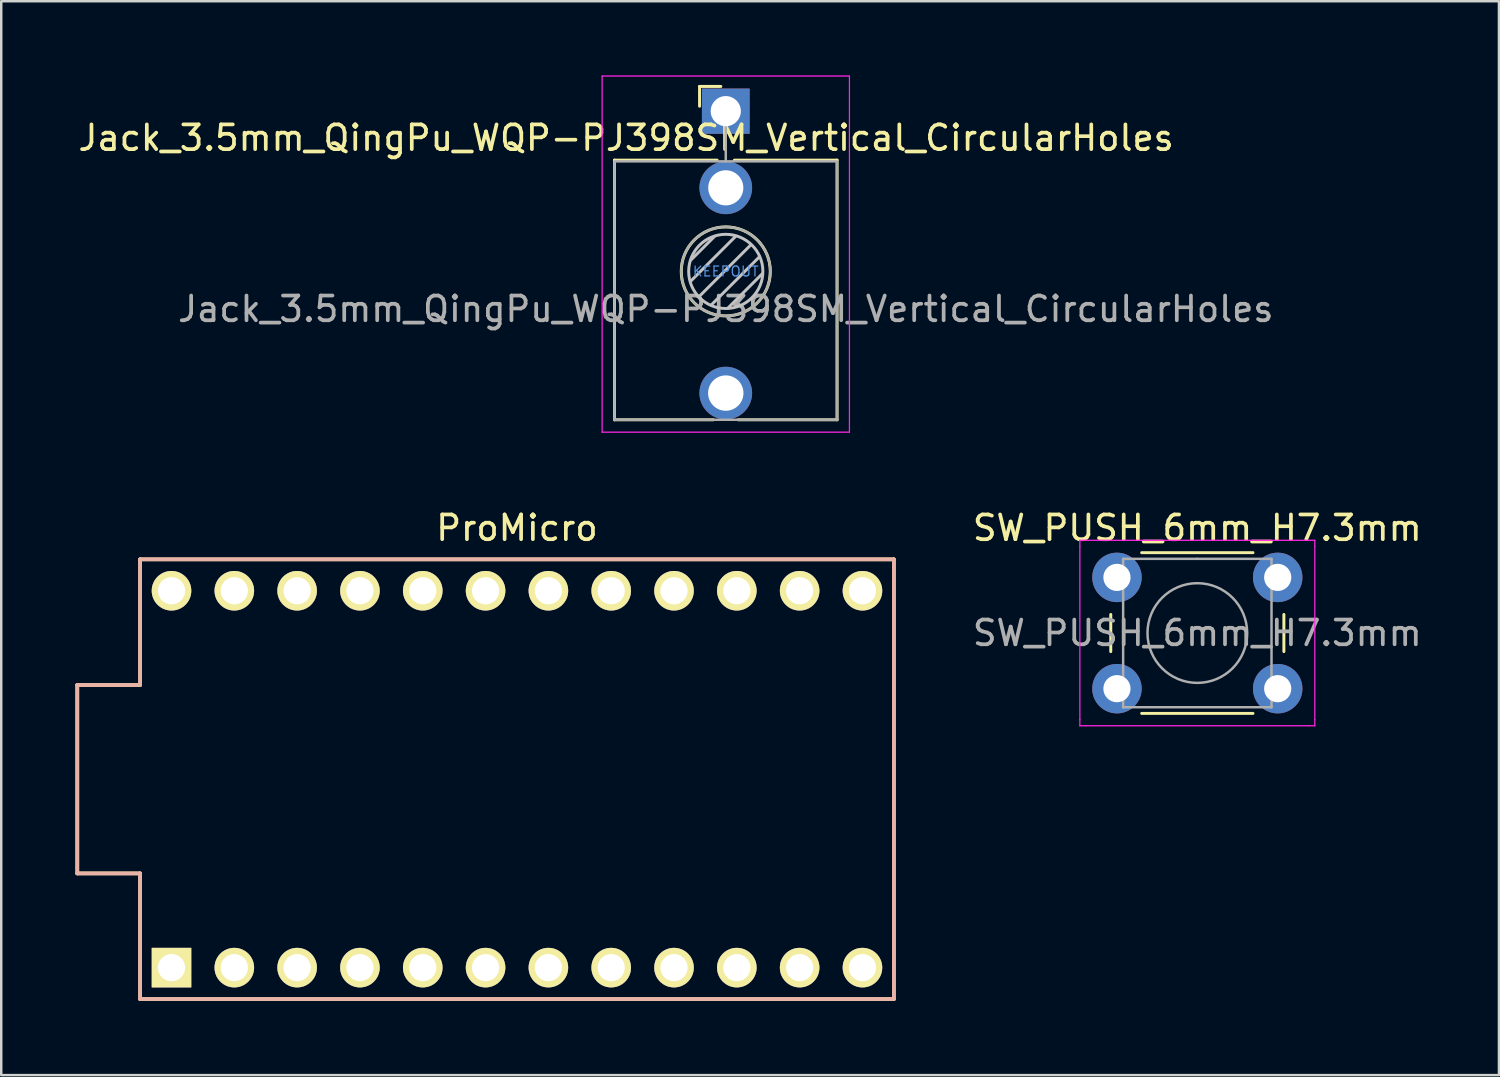
<source format=kicad_pcb>
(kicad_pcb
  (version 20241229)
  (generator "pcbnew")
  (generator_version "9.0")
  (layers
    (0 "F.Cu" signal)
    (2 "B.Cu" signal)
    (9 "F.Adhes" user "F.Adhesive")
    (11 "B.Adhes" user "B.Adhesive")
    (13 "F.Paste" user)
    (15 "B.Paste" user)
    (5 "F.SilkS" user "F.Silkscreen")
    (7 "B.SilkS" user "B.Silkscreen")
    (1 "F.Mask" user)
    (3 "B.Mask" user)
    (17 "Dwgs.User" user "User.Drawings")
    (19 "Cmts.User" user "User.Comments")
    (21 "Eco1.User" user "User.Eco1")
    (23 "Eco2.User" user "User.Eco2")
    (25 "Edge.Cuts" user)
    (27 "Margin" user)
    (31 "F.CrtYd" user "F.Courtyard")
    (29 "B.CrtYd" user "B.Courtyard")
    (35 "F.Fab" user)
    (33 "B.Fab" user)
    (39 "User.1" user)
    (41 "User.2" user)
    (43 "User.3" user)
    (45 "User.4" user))
  (footprint "ProMicro"
    (layer "F.Cu")
    (at 17.855 28.458)
    (property "Reference" "ProMicro" (at 0 -10.16 0) (layer "F.SilkS") (effects (font (size 1 1) (thickness 0.15))))
    (attr through_hole)
    (fp_line (start -17.78 -3.81) (end -15.24 -3.81) (stroke (width 0.15) (type solid)) (layer "F.SilkS"))
    (fp_line (start -17.78 3.81) (end -17.78 -3.81) (stroke (width 0.15) (type solid)) (layer "F.SilkS"))
    (fp_line (start -15.24 -8.89) (end 15.24 -8.89) (stroke (width 0.15) (type solid)) (layer "F.SilkS"))
    (fp_line (start -15.24 -3.81) (end -15.24 -8.89) (stroke (width 0.15) (type solid)) (layer "F.SilkS"))
    (fp_line (start -15.24 3.81) (end -17.78 3.81) (stroke (width 0.15) (type solid)) (layer "F.SilkS"))
    (fp_line (start -15.24 8.89) (end -15.24 3.81) (stroke (width 0.15) (type solid)) (layer "F.SilkS"))
    (fp_line (start -15.24 8.89) (end 15.24 8.89) (stroke (width 0.15) (type solid)) (layer "F.SilkS"))
    (fp_line (start 15.24 -8.89) (end 15.24 8.89) (stroke (width 0.15) (type solid)) (layer "F.SilkS"))
    (fp_line (start -17.78 -3.81) (end -15.24 -3.81) (stroke (width 0.15) (type solid)) (layer "B.SilkS"))
    (fp_line (start -17.78 3.81) (end -17.78 -3.81) (stroke (width 0.15) (type solid)) (layer "B.SilkS"))
    (fp_line (start -15.24 -8.89) (end 15.24 -8.89) (stroke (width 0.15) (type solid)) (layer "B.SilkS"))
    (fp_line (start -15.24 -3.81) (end -15.24 -8.89) (stroke (width 0.15) (type solid)) (layer "B.SilkS"))
    (fp_line (start -15.24 3.81) (end -17.78 3.81) (stroke (width 0.15) (type solid)) (layer "B.SilkS"))
    (fp_line (start -15.24 8.89) (end -15.24 3.81) (stroke (width 0.15) (type solid)) (layer "B.SilkS"))
    (fp_line (start 15.24 -8.89) (end 15.24 8.89) (stroke (width 0.15) (type solid)) (layer "B.SilkS"))
    (fp_line (start 15.24 8.89) (end -15.24 8.89) (stroke (width 0.15) (type solid)) (layer "B.SilkS"))
    (pad "1" thru_hole rect (at -13.97 7.62) (size 1.6 1.6) (drill 1.1) (layers "*.Cu" "*.Mask" "F.SilkS"))
    (pad "2" thru_hole circle (at -11.43 7.62) (size 1.6 1.6) (drill 1.1) (layers "*.Cu" "*.Mask" "F.SilkS"))
    (pad "3" thru_hole circle (at -8.89 7.62) (size 1.6 1.6) (drill 1.1) (layers "*.Cu" "*.Mask" "F.SilkS"))
    (pad "4" thru_hole circle (at -6.35 7.62) (size 1.6 1.6) (drill 1.1) (layers "*.Cu" "*.Mask" "F.SilkS"))
    (pad "5" thru_hole circle (at -3.81 7.62) (size 1.6 1.6) (drill 1.1) (layers "*.Cu" "*.Mask" "F.SilkS"))
    (pad "6" thru_hole circle (at -1.27 7.62) (size 1.6 1.6) (drill 1.1) (layers "*.Cu" "*.Mask" "F.SilkS"))
    (pad "7" thru_hole circle (at 1.27 7.62) (size 1.6 1.6) (drill 1.1) (layers "*.Cu" "*.Mask" "F.SilkS"))
    (pad "8" thru_hole circle (at 3.81 7.62) (size 1.6 1.6) (drill 1.1) (layers "*.Cu" "*.Mask" "F.SilkS"))
    (pad "9" thru_hole circle (at 6.35 7.62) (size 1.6 1.6) (drill 1.1) (layers "*.Cu" "*.Mask" "F.SilkS"))
    (pad "10" thru_hole circle (at 8.89 7.62) (size 1.6 1.6) (drill 1.1) (layers "*.Cu" "*.Mask" "F.SilkS"))
    (pad "11" thru_hole circle (at 11.43 7.62) (size 1.6 1.6) (drill 1.1) (layers "*.Cu" "*.Mask" "F.SilkS"))
    (pad "12" thru_hole circle (at 13.97 7.62) (size 1.6 1.6) (drill 1.1) (layers "*.Cu" "*.Mask" "F.SilkS"))
    (pad "13" thru_hole circle (at 13.97 -7.62) (size 1.6 1.6) (drill 1.1) (layers "*.Cu" "*.Mask" "F.SilkS"))
    (pad "14" thru_hole circle (at 11.43 -7.62) (size 1.6 1.6) (drill 1.1) (layers "*.Cu" "*.Mask" "F.SilkS"))
    (pad "15" thru_hole circle (at 8.89 -7.62) (size 1.6 1.6) (drill 1.1) (layers "*.Cu" "*.Mask" "F.SilkS"))
    (pad "16" thru_hole circle (at 6.35 -7.62) (size 1.6 1.6) (drill 1.1) (layers "*.Cu" "*.Mask" "F.SilkS"))
    (pad "17" thru_hole circle (at 3.81 -7.62) (size 1.6 1.6) (drill 1.1) (layers "*.Cu" "*.Mask" "F.SilkS"))
    (pad "18" thru_hole circle (at 1.27 -7.62) (size 1.6 1.6) (drill 1.1) (layers "*.Cu" "*.Mask" "F.SilkS"))
    (pad "19" thru_hole circle (at -1.27 -7.62) (size 1.6 1.6) (drill 1.1) (layers "*.Cu" "*.Mask" "F.SilkS"))
    (pad "20" thru_hole circle (at -3.81 -7.62) (size 1.6 1.6) (drill 1.1) (layers "*.Cu" "*.Mask" "F.SilkS"))
    (pad "21" thru_hole circle (at -6.35 -7.62) (size 1.6 1.6) (drill 1.1) (layers "*.Cu" "*.Mask" "F.SilkS"))
    (pad "22" thru_hole circle (at -8.89 -7.62) (size 1.6 1.6) (drill 1.1) (layers "*.Cu" "*.Mask" "F.SilkS"))
    (pad "23" thru_hole circle (at -11.43 -7.62) (size 1.6 1.6) (drill 1.1) (layers "*.Cu" "*.Mask" "F.SilkS"))
    (pad "24" thru_hole circle (at -13.97 -7.62) (size 1.6 1.6) (drill 1.1) (layers "*.Cu" "*.Mask" "F.SilkS")))
  (footprint "SW_PUSH_6mm_H7.3mm"
    (layer "F.Cu")
    (at 42.116 20.298)
    (property "Reference" "SW_PUSH_6mm_H7.3mm" (at 3.25 -2 0) (layer "F.SilkS") (effects (font (size 1 1) (thickness 0.15))))
    (attr through_hole)
    (fp_line (start -0.25 1.5) (end -0.25 3) (stroke (width 0.12) (type solid)) (layer "F.SilkS"))
    (fp_line (start 1 5.5) (end 5.5 5.5) (stroke (width 0.12) (type solid)) (layer "F.SilkS"))
    (fp_line (start 5.5 -1) (end 1 -1) (stroke (width 0.12) (type solid)) (layer "F.SilkS"))
    (fp_line (start 6.75 3) (end 6.75 1.5) (stroke (width 0.12) (type solid)) (layer "F.SilkS"))
    (fp_line (start -1.5 -1.5) (end -1.25 -1.5) (stroke (width 0.05) (type solid)) (layer "F.CrtYd"))
    (fp_line (start -1.5 -1.25) (end -1.5 -1.5) (stroke (width 0.05) (type solid)) (layer "F.CrtYd"))
    (fp_line (start -1.5 5.75) (end -1.5 -1.25) (stroke (width 0.05) (type solid)) (layer "F.CrtYd"))
    (fp_line (start -1.5 5.75) (end -1.5 6) (stroke (width 0.05) (type solid)) (layer "F.CrtYd"))
    (fp_line (start -1.5 6) (end -1.25 6) (stroke (width 0.05) (type solid)) (layer "F.CrtYd"))
    (fp_line (start -1.25 -1.5) (end 7.75 -1.5) (stroke (width 0.05) (type solid)) (layer "F.CrtYd"))
    (fp_line (start 7.75 -1.5) (end 8 -1.5) (stroke (width 0.05) (type solid)) (layer "F.CrtYd"))
    (fp_line (start 7.75 6) (end -1.25 6) (stroke (width 0.05) (type solid)) (layer "F.CrtYd"))
    (fp_line (start 7.75 6) (end 8 6) (stroke (width 0.05) (type solid)) (layer "F.CrtYd"))
    (fp_line (start 8 -1.5) (end 8 -1.25) (stroke (width 0.05) (type solid)) (layer "F.CrtYd"))
    (fp_line (start 8 -1.25) (end 8 5.75) (stroke (width 0.05) (type solid)) (layer "F.CrtYd"))
    (fp_line (start 8 6) (end 8 5.75) (stroke (width 0.05) (type solid)) (layer "F.CrtYd"))
    (fp_line (start 0.25 -0.75) (end 3.25 -0.75) (stroke (width 0.1) (type solid)) (layer "F.Fab"))
    (fp_line (start 0.25 5.25) (end 0.25 -0.75) (stroke (width 0.1) (type solid)) (layer "F.Fab"))
    (fp_line (start 3.25 -0.75) (end 6.25 -0.75) (stroke (width 0.1) (type solid)) (layer "F.Fab"))
    (fp_line (start 6.25 -0.75) (end 6.25 5.25) (stroke (width 0.1) (type solid)) (layer "F.Fab"))
    (fp_line (start 6.25 5.25) (end 0.25 5.25) (stroke (width 0.1) (type solid)) (layer "F.Fab"))
    (fp_circle (center 3.25 2.25) (end 1.25 2.5) (stroke (width 0.1) (type solid)) (fill no) (layer "F.Fab"))
    (fp_text user "${REFERENCE}" (at 3.25 2.25 0) (layer "F.Fab") (effects (font (size 1 1) (thickness 0.15))))
    (pad "1" thru_hole circle (at 0 0 90) (size 2 2) (drill 1.1) (layers "*.Cu" "*.Mask"))
    (pad "1" thru_hole circle (at 6.5 0 90) (size 2 2) (drill 1.1) (layers "*.Cu" "*.Mask"))
    (pad "2" thru_hole circle (at 0 4.5 90) (size 2 2) (drill 1.1) (layers "*.Cu" "*.Mask"))
    (pad "2" thru_hole circle (at 6.5 4.5 90) (size 2 2) (drill 1.1) (layers "*.Cu" "*.Mask")))
  (footprint "Jack_3.5mm_QingPu_WQP-PJ398SM_Vertical_CircularHoles"
    (layer "F.Cu")
    (at 26.298 1.445)
    (property "Reference" "Jack_3.5mm_QingPu_WQP-PJ398SM_Vertical_CircularHoles" (at -4.03 1.08 180) (layer "F.SilkS") (effects (font (size 1 1) (thickness 0.15))))
    (attr through_hole)
    (fp_line (start -4.5 1.98) (end -4.5 12.48) (stroke (width 0.12) (type solid)) (layer "F.SilkS"))
    (fp_line (start -1.06 -1) (end -1.06 -0.2) (stroke (width 0.12) (type solid)) (layer "F.SilkS"))
    (fp_line (start -1.06 -1) (end -0.2 -1) (stroke (width 0.12) (type solid)) (layer "F.SilkS"))
    (fp_line (start -0.5 12.48) (end -4.5 12.48) (stroke (width 0.12) (type solid)) (layer "F.SilkS"))
    (fp_line (start -0.35 1.98) (end -4.5 1.98) (stroke (width 0.12) (type solid)) (layer "F.SilkS"))
    (fp_line (start 4.5 1.98) (end 0.35 1.98) (stroke (width 0.12) (type solid)) (layer "F.SilkS"))
    (fp_line (start 4.5 1.98) (end 4.5 12.48) (stroke (width 0.12) (type solid)) (layer "F.SilkS"))
    (fp_line (start 4.5 12.48) (end 0.5 12.48) (stroke (width 0.12) (type solid)) (layer "F.SilkS"))
    (fp_circle (center 0 6.48) (end 1.8 6.48) (stroke (width 0.12) (type solid)) (fill no) (layer "F.SilkS"))
    (fp_line (start -1.42 6.875) (end 0.4 5.06) (stroke (width 0.12) (type solid)) (layer "Dwgs.User"))
    (fp_line (start -1.41 6.02) (end -0.46 5.07) (stroke (width 0.12) (type solid)) (layer "Dwgs.User"))
    (fp_line (start -1.07 7.49) (end 1.01 5.41) (stroke (width 0.12) (type solid)) (layer "Dwgs.User"))
    (fp_line (start -0.58 7.83) (end 1.36 5.89) (stroke (width 0.12) (type solid)) (layer "Dwgs.User"))
    (fp_line (start 0.09 7.96) (end 1.48 6.57) (stroke (width 0.12) (type solid)) (layer "Dwgs.User"))
    (fp_circle (center 0 6.48) (end 1.5 6.48) (stroke (width 0.12) (type solid)) (fill no) (layer "Dwgs.User"))
    (fp_line (start -5 12.98) (end -5 -1.42) (stroke (width 0.05) (type solid)) (layer "F.CrtYd"))
    (fp_line (start 5 -1.42) (end -5 -1.42) (stroke (width 0.05) (type solid)) (layer "F.CrtYd"))
    (fp_line (start 5 12.98) (end -5 12.98) (stroke (width 0.05) (type solid)) (layer "F.CrtYd"))
    (fp_line (start 5 12.98) (end 5 -1.42) (stroke (width 0.05) (type solid)) (layer "F.CrtYd"))
    (fp_line (start -4.5 12.48) (end -4.5 2.08) (stroke (width 0.1) (type solid)) (layer "F.Fab"))
    (fp_line (start 0 0) (end 0 2.03) (stroke (width 0.1) (type solid)) (layer "F.Fab"))
    (fp_line (start 4.5 2.03) (end -4.5 2.03) (stroke (width 0.1) (type solid)) (layer "F.Fab"))
    (fp_line (start 4.5 12.48) (end -4.5 12.48) (stroke (width 0.1) (type solid)) (layer "F.Fab"))
    (fp_line (start 4.5 12.48) (end 4.5 2.08) (stroke (width 0.1) (type solid)) (layer "F.Fab"))
    (fp_circle (center 0 6.48) (end 1.8 6.48) (stroke (width 0.1) (type solid)) (fill no) (layer "F.Fab"))
    (fp_text user "KEEPOUT" (at 0 6.48 0) (layer "Cmts.User") (effects (font (size 0.4 0.4) (thickness 0.051))))
    (fp_text user "${REFERENCE}" (at 0 8 180) (layer "F.Fab") (effects (font (size 1 1) (thickness 0.15))))
    (pad "S" thru_hole rect (at 0 0 180) (size 1.93 1.83) (drill 1.22) (layers "*.Cu" "*.Mask"))
    (pad "T" thru_hole circle (at 0 11.4 180) (size 2.13 2.13) (drill 1.43) (layers "*.Cu" "*.Mask"))
    (pad "TN" thru_hole circle (at 0 3.1 180) (size 2.13 2.13) (drill 1.42) (layers "*.Cu" "*.Mask")))
  (gr_rect
    (start -3 -3)
    (end 57.563 40.423)
    (stroke (width 0.1) (type default))
    (fill no)
    (layer "Edge.Cuts")))
</source>
